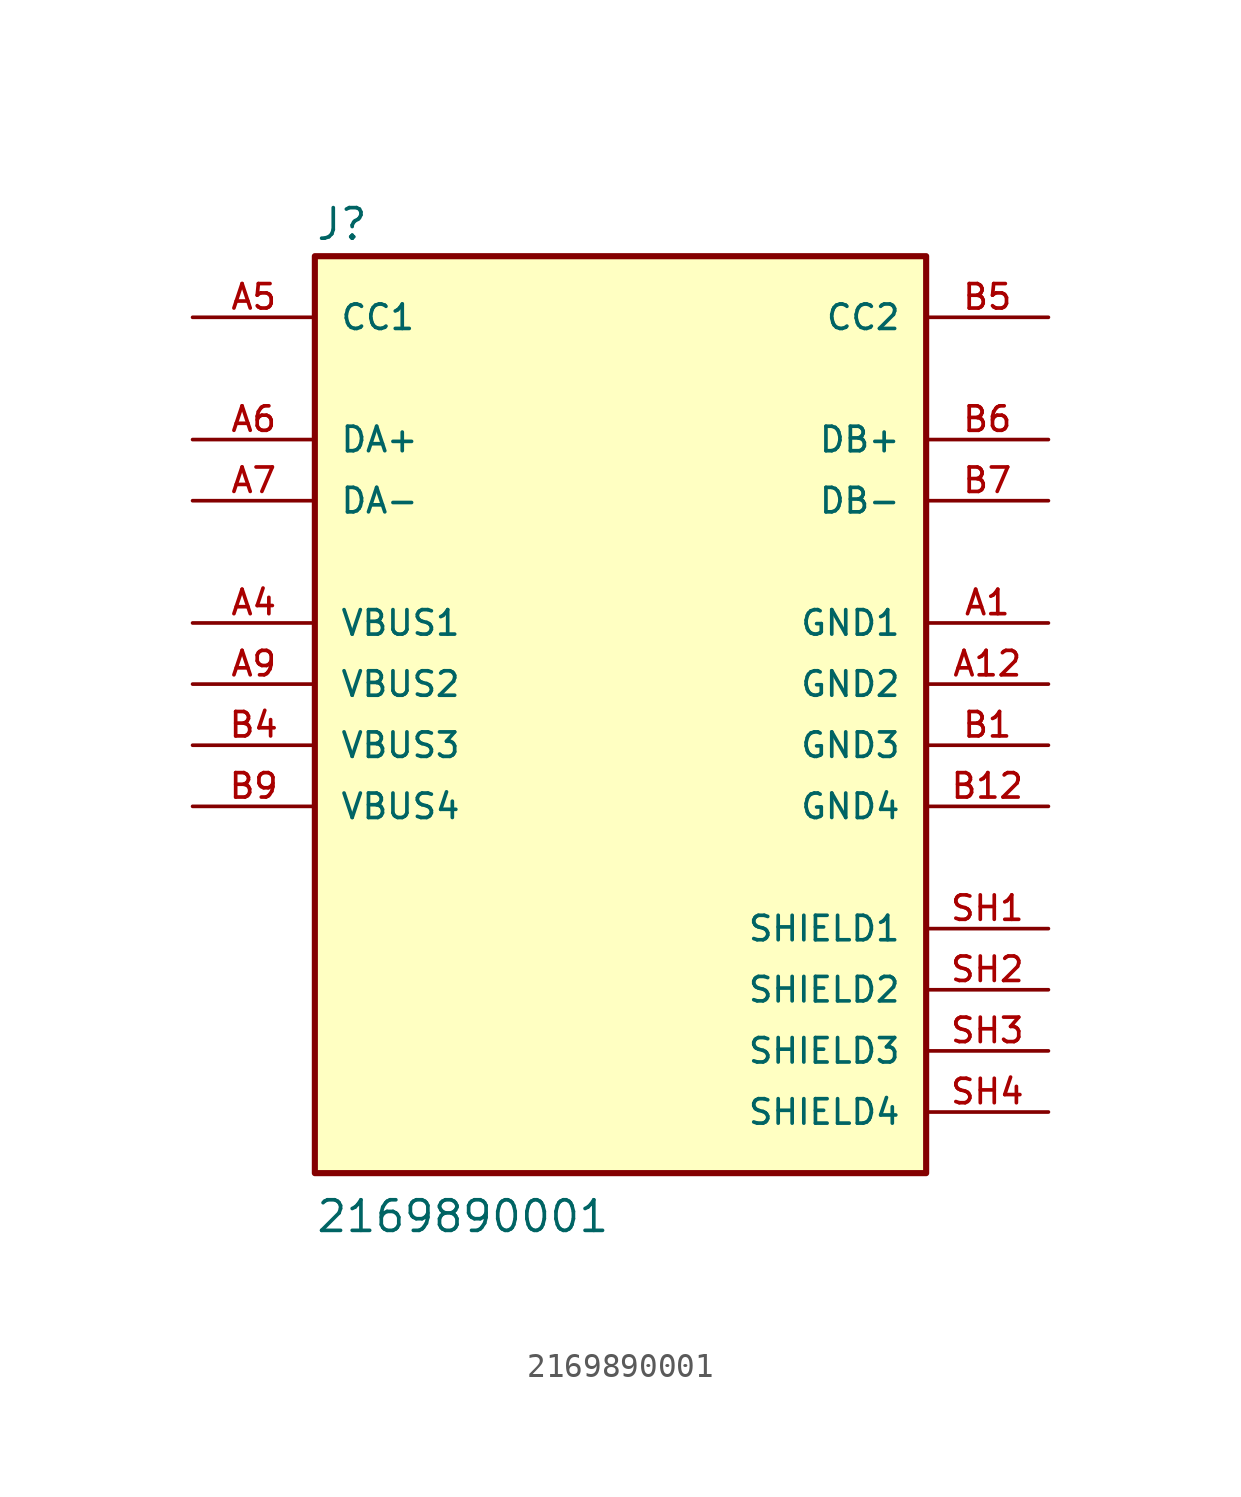
<source format=kicad_sym>
(kicad_symbol_lib
  (version 20211014)
  (generator kicad_symbol_editor)
  (symbol "2169890001"
    (pin_names
      (offset 1.016))
    (property "Reference" "J"
      (at -12.7 18.364 0)
      (effects (font (size 1.27 1.27)) (justify bottom left)))
    (property "Value" "2169890001"
      (at -12.7 -22.86 0)
      (effects (font (size 1.27 1.27)) (justify bottom left)))
    (symbol "2169890001_0_0"
      (rectangle (start -12.7 -20.32) (end 12.7 17.78) (stroke (width 0.254)) (fill (type background)))
      (pin power_in line (at 17.78 2.54 180.0) (length 5.08) (name "GND1" (effects (font (size 1.016 1.016)))) (number "A1" (effects (font (size 1.016 1.016)))))
      (pin power_in line (at -17.78 2.54 0) (length 5.08) (name "VBUS1" (effects (font (size 1.016 1.016)))) (number "A4" (effects (font (size 1.016 1.016)))))
      (pin bidirectional line (at -17.78 15.24 0) (length 5.08) (name "CC1" (effects (font (size 1.016 1.016)))) (number "A5" (effects (font (size 1.016 1.016)))))
      (pin bidirectional line (at -17.78 10.16 0) (length 5.08) (name "DA+" (effects (font (size 1.016 1.016)))) (number "A6" (effects (font (size 1.016 1.016)))))
      (pin bidirectional line (at -17.78 7.62 0) (length 5.08) (name "DA-" (effects (font (size 1.016 1.016)))) (number "A7" (effects (font (size 1.016 1.016)))))
      (pin power_in line (at 17.78 0.0 180.0) (length 5.08) (name "GND2" (effects (font (size 1.016 1.016)))) (number "A12" (effects (font (size 1.016 1.016)))))
      (pin power_in line (at -17.78 0.0 0) (length 5.08) (name "VBUS2" (effects (font (size 1.016 1.016)))) (number "A9" (effects (font (size 1.016 1.016)))))
      (pin bidirectional line (at 17.78 15.24 180.0) (length 5.08) (name "CC2" (effects (font (size 1.016 1.016)))) (number "B5" (effects (font (size 1.016 1.016)))))
      (pin bidirectional line (at 17.78 10.16 180.0) (length 5.08) (name "DB+" (effects (font (size 1.016 1.016)))) (number "B6" (effects (font (size 1.016 1.016)))))
      (pin bidirectional line (at 17.78 7.62 180.0) (length 5.08) (name "DB-" (effects (font (size 1.016 1.016)))) (number "B7" (effects (font (size 1.016 1.016)))))
      (pin passive line (at 17.78 -10.16 180.0) (length 5.08) (name "SHIELD1" (effects (font (size 1.016 1.016)))) (number "SH1" (effects (font (size 1.016 1.016)))))
      (pin passive line (at 17.78 -12.7 180.0) (length 5.08) (name "SHIELD2" (effects (font (size 1.016 1.016)))) (number "SH2" (effects (font (size 1.016 1.016)))))
      (pin passive line (at 17.78 -15.24 180.0) (length 5.08) (name "SHIELD3" (effects (font (size 1.016 1.016)))) (number "SH3" (effects (font (size 1.016 1.016)))))
      (pin passive line (at 17.78 -17.78 180.0) (length 5.08) (name "SHIELD4" (effects (font (size 1.016 1.016)))) (number "SH4" (effects (font (size 1.016 1.016)))))
      (pin power_in line (at 17.78 -2.54 180.0) (length 5.08) (name "GND3" (effects (font (size 1.016 1.016)))) (number "B1" (effects (font (size 1.016 1.016)))))
      (pin power_in line (at -17.78 -2.54 0) (length 5.08) (name "VBUS3" (effects (font (size 1.016 1.016)))) (number "B4" (effects (font (size 1.016 1.016)))))
      (pin power_in line (at 17.78 -5.08 180.0) (length 5.08) (name "GND4" (effects (font (size 1.016 1.016)))) (number "B12" (effects (font (size 1.016 1.016)))))
      (pin power_in line (at -17.78 -5.08 0) (length 5.08) (name "VBUS4" (effects (font (size 1.016 1.016)))) (number "B9" (effects (font (size 1.016 1.016))))))))
</source>
